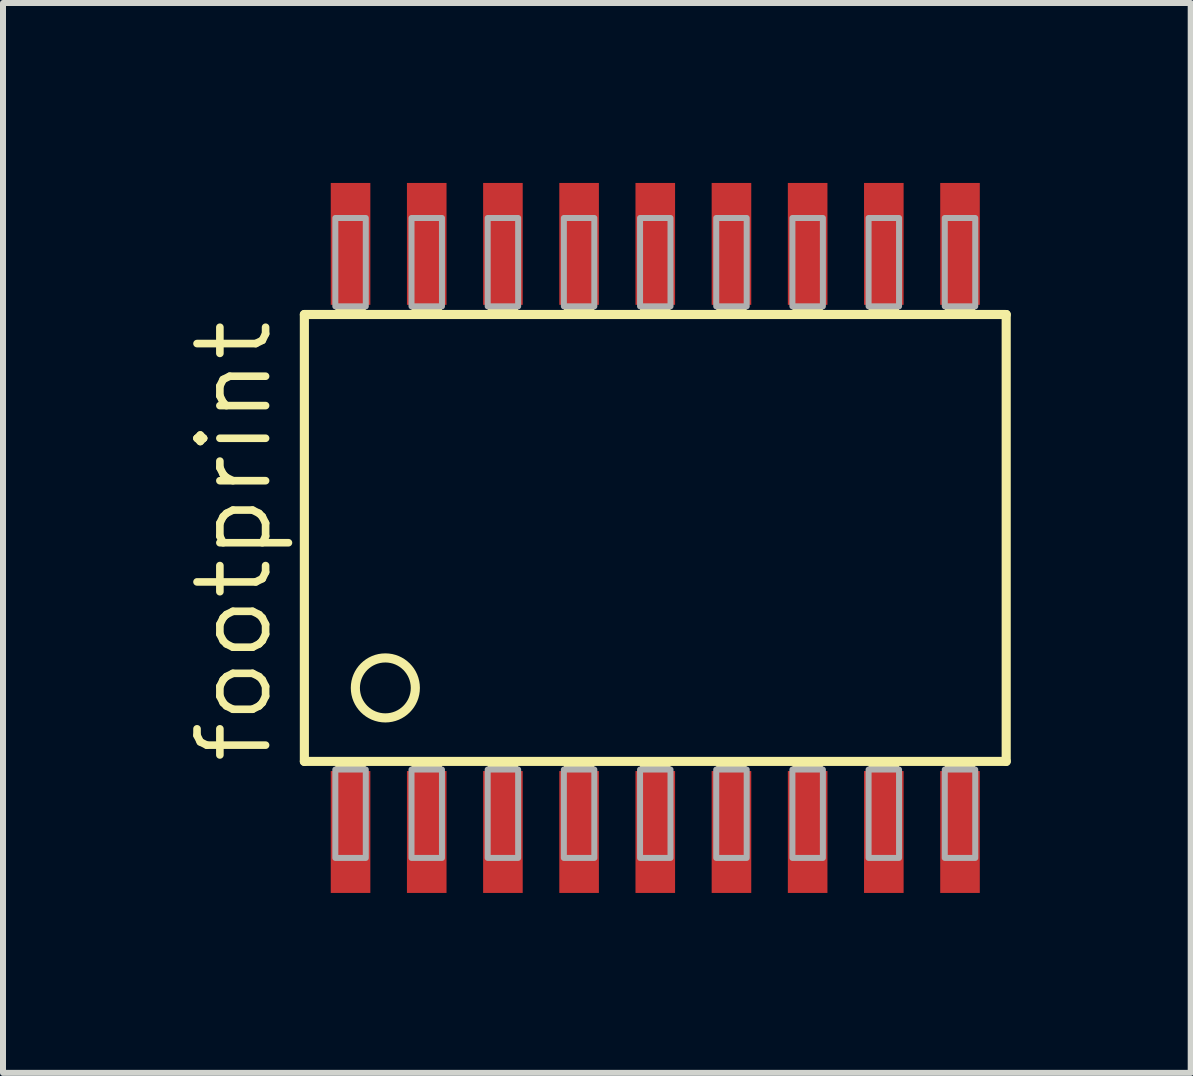
<source format=kicad_pcb>
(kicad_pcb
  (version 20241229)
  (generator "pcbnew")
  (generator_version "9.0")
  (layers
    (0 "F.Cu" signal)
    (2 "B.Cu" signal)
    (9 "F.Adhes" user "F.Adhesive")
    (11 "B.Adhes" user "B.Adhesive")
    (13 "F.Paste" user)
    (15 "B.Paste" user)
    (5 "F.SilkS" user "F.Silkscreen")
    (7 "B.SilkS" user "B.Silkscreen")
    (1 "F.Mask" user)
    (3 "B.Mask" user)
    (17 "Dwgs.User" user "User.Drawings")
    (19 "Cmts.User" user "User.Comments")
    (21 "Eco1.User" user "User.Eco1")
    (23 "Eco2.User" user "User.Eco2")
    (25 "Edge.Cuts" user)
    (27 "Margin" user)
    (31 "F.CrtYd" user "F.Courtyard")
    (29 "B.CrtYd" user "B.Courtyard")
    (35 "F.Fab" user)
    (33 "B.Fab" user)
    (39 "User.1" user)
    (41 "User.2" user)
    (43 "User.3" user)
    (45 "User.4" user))
  (footprint "footprint"
    (layer "F.Cu")
    (at 7.874 5.918)
    (property "Reference" "footprint" (at -6.35 3.81 90) (layer "F.SilkS") (effects (font (size 1.143 1.143) (thickness 0.127)) (justify left bottom)))
    (fp_line (start -5.85 -3.725) (end -5.85 3.725) (stroke (width 0.152) (type solid)) (layer "F.SilkS"))
    (fp_line (start -5.85 3.725) (end 5.85 3.725) (stroke (width 0.152) (type solid)) (layer "F.SilkS"))
    (fp_line (start 5.85 -3.725) (end -5.85 -3.725) (stroke (width 0.152) (type solid)) (layer "F.SilkS"))
    (fp_line (start 5.85 3.725) (end 5.85 -3.725) (stroke (width 0.152) (type solid)) (layer "F.SilkS"))
    (fp_circle (center -4.5 2.5) (end -4 2.5) (stroke (width 0.152) (type solid)) (fill no) (layer "F.SilkS"))
    (fp_poly (pts (xy -5.334 -3.734) (xy -4.826 -3.734) (xy -4.826 -3.861) (xy -5.334 -3.861)) (stroke (width 0) (type solid)) (fill yes) (layer "F.SilkS"))
    (fp_poly (pts (xy -5.334 3.861) (xy -4.826 3.861) (xy -4.826 3.734) (xy -5.334 3.734)) (stroke (width 0) (type solid)) (fill yes) (layer "F.SilkS"))
    (fp_poly (pts (xy -4.064 -3.734) (xy -3.556 -3.734) (xy -3.556 -3.861) (xy -4.064 -3.861)) (stroke (width 0) (type solid)) (fill yes) (layer "F.SilkS"))
    (fp_poly (pts (xy -4.064 3.861) (xy -3.556 3.861) (xy -3.556 3.734) (xy -4.064 3.734)) (stroke (width 0) (type solid)) (fill yes) (layer "F.SilkS"))
    (fp_poly (pts (xy -2.794 -3.734) (xy -2.286 -3.734) (xy -2.286 -3.861) (xy -2.794 -3.861)) (stroke (width 0) (type solid)) (fill yes) (layer "F.SilkS"))
    (fp_poly (pts (xy -2.794 3.861) (xy -2.286 3.861) (xy -2.286 3.734) (xy -2.794 3.734)) (stroke (width 0) (type solid)) (fill yes) (layer "F.SilkS"))
    (fp_poly (pts (xy -1.524 -3.734) (xy -1.016 -3.734) (xy -1.016 -3.861) (xy -1.524 -3.861)) (stroke (width 0) (type solid)) (fill yes) (layer "F.SilkS"))
    (fp_poly (pts (xy -1.524 3.861) (xy -1.016 3.861) (xy -1.016 3.734) (xy -1.524 3.734)) (stroke (width 0) (type solid)) (fill yes) (layer "F.SilkS"))
    (fp_poly (pts (xy -0.254 -3.734) (xy 0.254 -3.734) (xy 0.254 -3.861) (xy -0.254 -3.861)) (stroke (width 0) (type solid)) (fill yes) (layer "F.SilkS"))
    (fp_poly (pts (xy -0.254 3.861) (xy 0.254 3.861) (xy 0.254 3.734) (xy -0.254 3.734)) (stroke (width 0) (type solid)) (fill yes) (layer "F.SilkS"))
    (fp_poly (pts (xy 1.016 -3.734) (xy 1.524 -3.734) (xy 1.524 -3.861) (xy 1.016 -3.861)) (stroke (width 0) (type solid)) (fill yes) (layer "F.SilkS"))
    (fp_poly (pts (xy 1.016 3.861) (xy 1.524 3.861) (xy 1.524 3.734) (xy 1.016 3.734)) (stroke (width 0) (type solid)) (fill yes) (layer "F.SilkS"))
    (fp_poly (pts (xy 2.286 -3.734) (xy 2.794 -3.734) (xy 2.794 -3.861) (xy 2.286 -3.861)) (stroke (width 0) (type solid)) (fill yes) (layer "F.SilkS"))
    (fp_poly (pts (xy 2.286 3.861) (xy 2.794 3.861) (xy 2.794 3.734) (xy 2.286 3.734)) (stroke (width 0) (type solid)) (fill yes) (layer "F.SilkS"))
    (fp_poly (pts (xy 3.556 -3.734) (xy 4.064 -3.734) (xy 4.064 -3.861) (xy 3.556 -3.861)) (stroke (width 0) (type solid)) (fill yes) (layer "F.SilkS"))
    (fp_poly (pts (xy 3.556 3.861) (xy 4.064 3.861) (xy 4.064 3.734) (xy 3.556 3.734)) (stroke (width 0) (type solid)) (fill yes) (layer "F.SilkS"))
    (fp_poly (pts (xy 4.826 -3.734) (xy 5.334 -3.734) (xy 5.334 -3.861) (xy 4.826 -3.861)) (stroke (width 0) (type solid)) (fill yes) (layer "F.SilkS"))
    (fp_poly (pts (xy 4.826 3.861) (xy 5.334 3.861) (xy 5.334 3.734) (xy 4.826 3.734)) (stroke (width 0) (type solid)) (fill yes) (layer "F.SilkS"))
    (fp_poly (pts (xy -5.334 -3.861) (xy -4.826 -3.861) (xy -4.826 -5.334) (xy -5.334 -5.334)) (stroke (width 0.1) (type solid)) (fill no) (layer "F.Fab"))
    (fp_poly (pts (xy -5.334 5.334) (xy -4.826 5.334) (xy -4.826 3.861) (xy -5.334 3.861)) (stroke (width 0.1) (type solid)) (fill no) (layer "F.Fab"))
    (fp_poly (pts (xy -4.064 -3.861) (xy -3.556 -3.861) (xy -3.556 -5.334) (xy -4.064 -5.334)) (stroke (width 0.1) (type solid)) (fill no) (layer "F.Fab"))
    (fp_poly (pts (xy -4.064 5.334) (xy -3.556 5.334) (xy -3.556 3.861) (xy -4.064 3.861)) (stroke (width 0.1) (type solid)) (fill no) (layer "F.Fab"))
    (fp_poly (pts (xy -2.794 -3.861) (xy -2.286 -3.861) (xy -2.286 -5.334) (xy -2.794 -5.334)) (stroke (width 0.1) (type solid)) (fill no) (layer "F.Fab"))
    (fp_poly (pts (xy -2.794 5.334) (xy -2.286 5.334) (xy -2.286 3.861) (xy -2.794 3.861)) (stroke (width 0.1) (type solid)) (fill no) (layer "F.Fab"))
    (fp_poly (pts (xy -1.524 -3.861) (xy -1.016 -3.861) (xy -1.016 -5.334) (xy -1.524 -5.334)) (stroke (width 0.1) (type solid)) (fill no) (layer "F.Fab"))
    (fp_poly (pts (xy -1.524 5.334) (xy -1.016 5.334) (xy -1.016 3.861) (xy -1.524 3.861)) (stroke (width 0.1) (type solid)) (fill no) (layer "F.Fab"))
    (fp_poly (pts (xy -0.254 -3.861) (xy 0.254 -3.861) (xy 0.254 -5.334) (xy -0.254 -5.334)) (stroke (width 0.1) (type solid)) (fill no) (layer "F.Fab"))
    (fp_poly (pts (xy -0.254 5.334) (xy 0.254 5.334) (xy 0.254 3.861) (xy -0.254 3.861)) (stroke (width 0.1) (type solid)) (fill no) (layer "F.Fab"))
    (fp_poly (pts (xy 1.016 -3.861) (xy 1.524 -3.861) (xy 1.524 -5.334) (xy 1.016 -5.334)) (stroke (width 0.1) (type solid)) (fill no) (layer "F.Fab"))
    (fp_poly (pts (xy 1.016 5.334) (xy 1.524 5.334) (xy 1.524 3.861) (xy 1.016 3.861)) (stroke (width 0.1) (type solid)) (fill no) (layer "F.Fab"))
    (fp_poly (pts (xy 2.286 -3.861) (xy 2.794 -3.861) (xy 2.794 -5.334) (xy 2.286 -5.334)) (stroke (width 0.1) (type solid)) (fill no) (layer "F.Fab"))
    (fp_poly (pts (xy 2.286 5.334) (xy 2.794 5.334) (xy 2.794 3.861) (xy 2.286 3.861)) (stroke (width 0.1) (type solid)) (fill no) (layer "F.Fab"))
    (fp_poly (pts (xy 3.556 -3.861) (xy 4.064 -3.861) (xy 4.064 -5.334) (xy 3.556 -5.334)) (stroke (width 0.1) (type solid)) (fill no) (layer "F.Fab"))
    (fp_poly (pts (xy 3.556 5.334) (xy 4.064 5.334) (xy 4.064 3.861) (xy 3.556 3.861)) (stroke (width 0.1) (type solid)) (fill no) (layer "F.Fab"))
    (fp_poly (pts (xy 4.826 -3.861) (xy 5.334 -3.861) (xy 5.334 -5.334) (xy 4.826 -5.334)) (stroke (width 0.1) (type solid)) (fill no) (layer "F.Fab"))
    (fp_poly (pts (xy 4.826 5.334) (xy 5.334 5.334) (xy 5.334 3.861) (xy 4.826 3.861)) (stroke (width 0.1) (type solid)) (fill no) (layer "F.Fab"))
    (pad "1" smd rect (at -5.08 4.902) (size 0.66 2.032) (layers "F.Cu" "F.Mask" "F.Paste"))
    (pad "2" smd rect (at -3.81 4.902) (size 0.66 2.032) (layers "F.Cu" "F.Mask" "F.Paste"))
    (pad "3" smd rect (at -2.54 4.902) (size 0.66 2.032) (layers "F.Cu" "F.Mask" "F.Paste"))
    (pad "4" smd rect (at -1.27 4.902) (size 0.66 2.032) (layers "F.Cu" "F.Mask" "F.Paste"))
    (pad "5" smd rect (at 0 4.902) (size 0.66 2.032) (layers "F.Cu" "F.Mask" "F.Paste"))
    (pad "6" smd rect (at 1.27 4.902) (size 0.66 2.032) (layers "F.Cu" "F.Mask" "F.Paste"))
    (pad "7" smd rect (at 2.54 4.902) (size 0.66 2.032) (layers "F.Cu" "F.Mask" "F.Paste"))
    (pad "8" smd rect (at 3.81 4.902) (size 0.66 2.032) (layers "F.Cu" "F.Mask" "F.Paste"))
    (pad "9" smd rect (at 5.08 4.902) (size 0.66 2.032) (layers "F.Cu" "F.Mask" "F.Paste"))
    (pad "10" smd rect (at 5.08 -4.902) (size 0.66 2.032) (layers "F.Cu" "F.Mask" "F.Paste"))
    (pad "11" smd rect (at 3.81 -4.902) (size 0.66 2.032) (layers "F.Cu" "F.Mask" "F.Paste"))
    (pad "12" smd rect (at 2.54 -4.902) (size 0.66 2.032) (layers "F.Cu" "F.Mask" "F.Paste"))
    (pad "13" smd rect (at 1.27 -4.902) (size 0.66 2.032) (layers "F.Cu" "F.Mask" "F.Paste"))
    (pad "14" smd rect (at 0 -4.902) (size 0.66 2.032) (layers "F.Cu" "F.Mask" "F.Paste"))
    (pad "15" smd rect (at -1.27 -4.902) (size 0.66 2.032) (layers "F.Cu" "F.Mask" "F.Paste"))
    (pad "16" smd rect (at -2.54 -4.902) (size 0.66 2.032) (layers "F.Cu" "F.Mask" "F.Paste"))
    (pad "17" smd rect (at -3.81 -4.902) (size 0.66 2.032) (layers "F.Cu" "F.Mask" "F.Paste"))
    (pad "18" smd rect (at -5.08 -4.902) (size 0.66 2.032) (layers "F.Cu" "F.Mask" "F.Paste")))
  (gr_rect
    (start -3 -3)
    (end 16.8 14.836)
    (stroke (width 0.1) (type default))
    (fill no)
    (layer "Edge.Cuts")))
</source>
